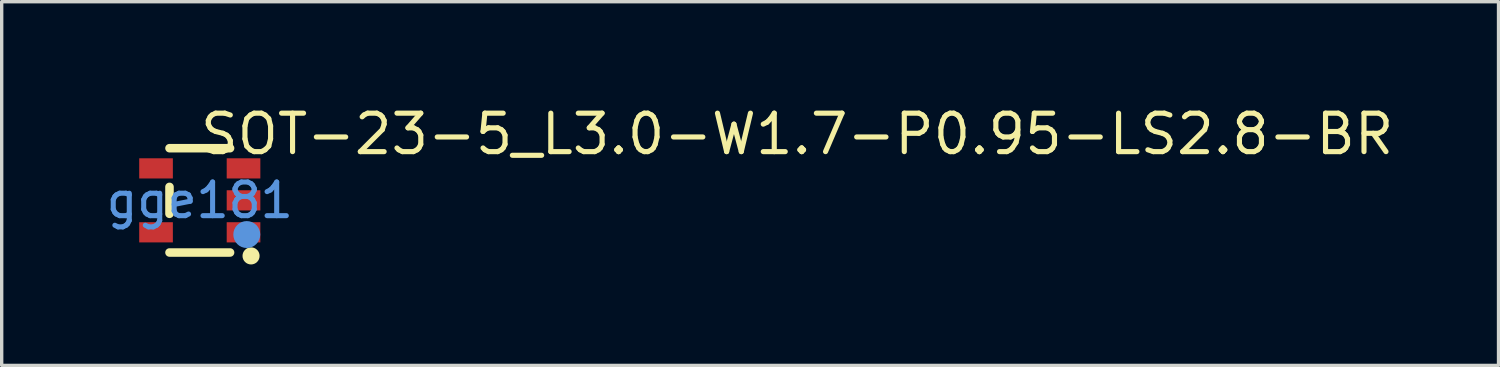
<source format=kicad_pcb>
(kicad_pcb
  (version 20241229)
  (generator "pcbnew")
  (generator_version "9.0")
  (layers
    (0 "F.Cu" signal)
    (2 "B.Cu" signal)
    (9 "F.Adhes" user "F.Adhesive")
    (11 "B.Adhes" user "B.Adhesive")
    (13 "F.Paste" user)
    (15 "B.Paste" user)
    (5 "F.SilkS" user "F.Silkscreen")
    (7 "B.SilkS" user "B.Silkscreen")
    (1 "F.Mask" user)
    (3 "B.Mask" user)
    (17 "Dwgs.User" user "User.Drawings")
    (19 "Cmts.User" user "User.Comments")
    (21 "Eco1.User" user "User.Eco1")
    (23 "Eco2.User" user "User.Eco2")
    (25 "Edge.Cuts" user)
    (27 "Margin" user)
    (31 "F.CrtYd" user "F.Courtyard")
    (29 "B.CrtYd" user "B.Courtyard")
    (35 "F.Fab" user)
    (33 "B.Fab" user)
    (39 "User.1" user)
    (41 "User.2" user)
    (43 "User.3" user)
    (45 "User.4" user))
  (footprint "SOT-23-5_L3.0-W1.7-P0.95-LS2.8-BR"
    (layer "F.Cu")
    (at 2.887 2.904)
    (property "Reference" "SOT-23-5_L3.0-W1.7-P0.95-LS2.8-BR" (at -0.064 -1.969 0) (layer "F.SilkS") (effects (font (size 1.143 1.143) (thickness 0.152)) (justify left)))
    (attr smd)
    (fp_line (start -0.9 -1.55) (end 0.9 -1.55) (stroke (width 0.254) (type solid)) (layer "F.SilkS"))
    (fp_line (start -0.9 0.4) (end -0.9 -0.4) (stroke (width 0.254) (type solid)) (layer "F.SilkS"))
    (fp_line (start -0.9 1.55) (end 0.9 1.55) (stroke (width 0.254) (type solid)) (layer "F.SilkS"))
    (fp_circle (center 1.524 1.651) (end 1.651 1.651) (stroke (width 0.254) (type solid)) (fill no) (layer "F.SilkS"))
    (fp_circle (center 1.397 1.016) (end 1.597 1.016) (stroke (width 0.4) (type solid)) (fill no) (layer "Cmts.User"))
    (fp_text user "gge181" (at 0 0 0) (layer "Cmts.User") (effects (font (size 1 1) (thickness 0.15))))
    (pad "1" smd rect (at 1.3 0.95) (size 1 0.6) (layers "F.Cu" "F.Mask" "F.Paste"))
    (pad "2" smd rect (at 1.3 0) (size 1 0.6) (layers "F.Cu" "F.Mask" "F.Paste"))
    (pad "3" smd rect (at 1.3 -0.95) (size 1 0.6) (layers "F.Cu" "F.Mask" "F.Paste"))
    (pad "4" smd rect (at -1.3 -0.95) (size 1 0.6) (layers "F.Cu" "F.Mask" "F.Paste"))
    (pad "5" smd rect (at -1.3 0.95) (size 1 0.6) (layers "F.Cu" "F.Mask" "F.Paste")))
  (gr_rect
    (start -3 -3)
    (end 41.483 7.809)
    (stroke (width 0.1) (type default))
    (fill no)
    (layer "Edge.Cuts")))
</source>
